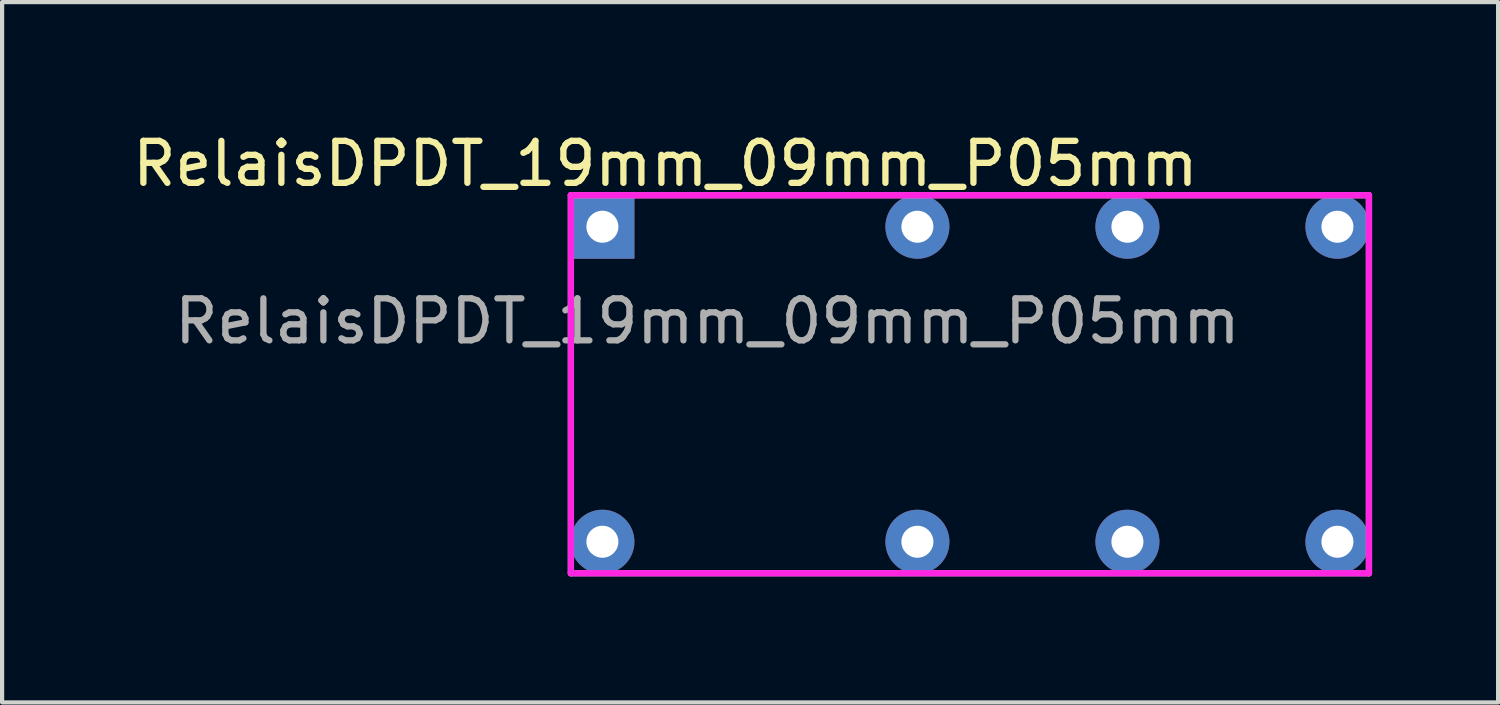
<source format=kicad_pcb>
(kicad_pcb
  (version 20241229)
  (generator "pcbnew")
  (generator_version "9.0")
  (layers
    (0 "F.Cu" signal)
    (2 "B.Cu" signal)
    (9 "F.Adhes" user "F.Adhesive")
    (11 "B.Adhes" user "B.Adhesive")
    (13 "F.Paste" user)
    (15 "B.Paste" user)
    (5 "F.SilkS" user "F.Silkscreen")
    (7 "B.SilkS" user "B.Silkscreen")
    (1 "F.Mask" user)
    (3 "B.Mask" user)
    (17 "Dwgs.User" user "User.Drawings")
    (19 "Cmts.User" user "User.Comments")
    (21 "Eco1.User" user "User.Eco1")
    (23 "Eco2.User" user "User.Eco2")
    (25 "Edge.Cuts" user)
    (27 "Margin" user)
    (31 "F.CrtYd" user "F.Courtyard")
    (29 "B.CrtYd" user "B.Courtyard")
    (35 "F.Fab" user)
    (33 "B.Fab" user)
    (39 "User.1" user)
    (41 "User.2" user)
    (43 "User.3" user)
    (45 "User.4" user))
  (footprint "RelaisDPDT_19mm_09mm_P05mm"
    (layer "F.Cu")
    (at 11.292 2.348)
    (property "Reference" "RelaisDPDT_19mm_09mm_P05mm" (at 1.5 -1.5 0) (layer "F.SilkS") (effects (font (size 1 1) (thickness 0.15))))
    (attr through_hole)
    (fp_line (start -0.75 -0.75) (end 18.25 -0.75) (stroke (width 0.15) (type solid)) (layer "B.Paste"))
    (fp_line (start -0.75 8.25) (end -0.75 -0.75) (stroke (width 0.15) (type solid)) (layer "B.Paste"))
    (fp_line (start 18.25 -0.75) (end 18.25 8.25) (stroke (width 0.15) (type solid)) (layer "B.Paste"))
    (fp_line (start 18.25 8.25) (end -0.75 8.25) (stroke (width 0.15) (type solid)) (layer "B.Paste"))
    (fp_line (start -0.75 -0.75) (end 18.25 -0.75) (stroke (width 0.15) (type solid)) (layer "F.CrtYd"))
    (fp_line (start -0.75 8.25) (end -0.75 -0.75) (stroke (width 0.15) (type solid)) (layer "F.CrtYd"))
    (fp_line (start 18.25 -0.75) (end 18.25 8.25) (stroke (width 0.15) (type solid)) (layer "F.CrtYd"))
    (fp_line (start 18.25 8.25) (end -0.75 8.25) (stroke (width 0.15) (type solid)) (layer "F.CrtYd"))
    (fp_line (start -0.75 -0.75) (end 18.25 -0.75) (stroke (width 0.15) (type solid)) (layer "F.Fab"))
    (fp_line (start -0.75 8.25) (end -0.75 -0.75) (stroke (width 0.15) (type solid)) (layer "F.Fab"))
    (fp_line (start 18.25 -0.75) (end 18.25 8.25) (stroke (width 0.15) (type solid)) (layer "F.Fab"))
    (fp_line (start 18.25 8.25) (end -0.75 8.25) (stroke (width 0.15) (type solid)) (layer "F.Fab"))
    (fp_text user "${REFERENCE}" (at 2.5 2.25 0) (layer "F.Fab") (effects (font (size 1 1) (thickness 0.15))))
    (pad "1" thru_hole rect (at 0 0) (size 1.524 1.524) (drill 0.762) (layers "*.Cu" "*.Mask"))
    (pad "2" thru_hole circle (at 7.5 0) (size 1.524 1.524) (drill 0.762) (layers "*.Cu" "*.Mask"))
    (pad "3" thru_hole circle (at 12.5 0) (size 1.524 1.524) (drill 0.762) (layers "*.Cu" "*.Mask"))
    (pad "4" thru_hole circle (at 17.5 0) (size 1.524 1.524) (drill 0.762) (layers "*.Cu" "*.Mask"))
    (pad "5" thru_hole circle (at 17.5 7.5) (size 1.524 1.524) (drill 0.762) (layers "*.Cu" "*.Mask"))
    (pad "6" thru_hole circle (at 12.5 7.5) (size 1.524 1.524) (drill 0.762) (layers "*.Cu" "*.Mask"))
    (pad "7" thru_hole circle (at 7.5 7.5) (size 1.524 1.524) (drill 0.762) (layers "*.Cu" "*.Mask"))
    (pad "8" thru_hole circle (at 0 7.5) (size 1.524 1.524) (drill 0.762) (layers "*.Cu" "*.Mask")))
  (gr_rect
    (start -3 -3)
    (end 32.617 13.673)
    (stroke (width 0.1) (type default))
    (fill no)
    (layer "Edge.Cuts")))
</source>
